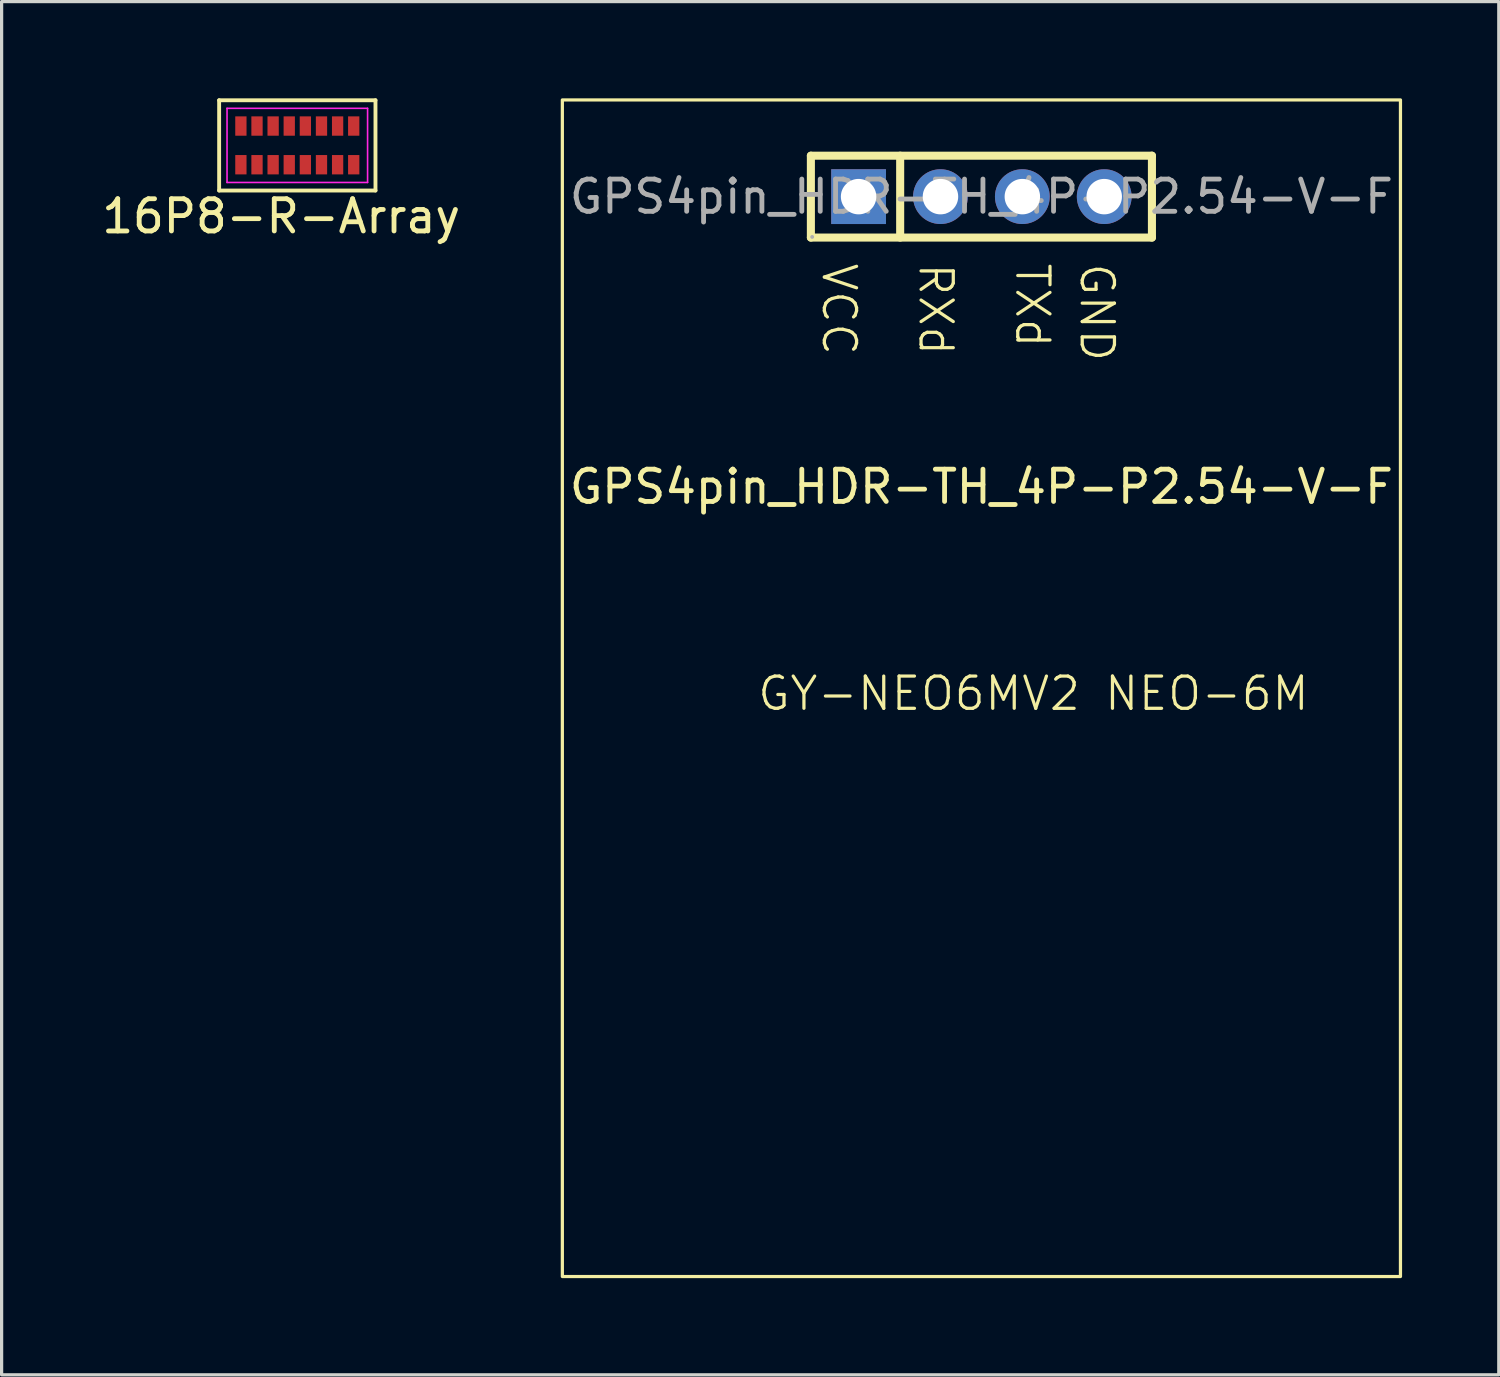
<source format=kicad_pcb>
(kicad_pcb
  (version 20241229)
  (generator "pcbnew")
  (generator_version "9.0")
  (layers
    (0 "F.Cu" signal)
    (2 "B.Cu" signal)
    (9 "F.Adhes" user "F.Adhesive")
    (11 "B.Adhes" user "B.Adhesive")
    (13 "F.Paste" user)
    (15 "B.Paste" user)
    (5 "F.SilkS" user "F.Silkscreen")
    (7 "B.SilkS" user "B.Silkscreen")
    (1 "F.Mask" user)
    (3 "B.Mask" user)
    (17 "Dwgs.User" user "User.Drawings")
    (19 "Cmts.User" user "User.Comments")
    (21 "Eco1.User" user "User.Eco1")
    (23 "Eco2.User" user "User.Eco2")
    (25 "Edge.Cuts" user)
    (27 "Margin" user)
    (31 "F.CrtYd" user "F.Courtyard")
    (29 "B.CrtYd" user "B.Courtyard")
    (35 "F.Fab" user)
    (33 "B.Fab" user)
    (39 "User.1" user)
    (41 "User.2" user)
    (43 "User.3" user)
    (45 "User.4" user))
  (footprint "16P8-R-Array"
    (layer "F.Cu")
    (at 6.173 1.46)
    (property "Reference" "16P8-R-Array" (at -0.5 2.2 0) (layer "F.SilkS") (effects (font (size 1 1) (thickness 0.15))))
    (attr smd)
    (fp_line (start -2.425 -1.4) (end 2.425 -1.4) (stroke (width 0.12) (type default)) (layer "F.SilkS"))
    (fp_line (start -2.425 1.4) (end -2.425 -1.4) (stroke (width 0.12) (type default)) (layer "F.SilkS"))
    (fp_line (start 2.425 -1.4) (end 2.425 1.4) (stroke (width 0.12) (type default)) (layer "F.SilkS"))
    (fp_line (start 2.425 1.4) (end -2.425 1.4) (stroke (width 0.12) (type default)) (layer "F.SilkS"))
    (fp_line (start -2.18 -1.15) (end 2.18 -1.15) (stroke (width 0.05) (type default)) (layer "F.CrtYd"))
    (fp_line (start -2.18 1.15) (end -2.18 -1.15) (stroke (width 0.05) (type default)) (layer "F.CrtYd"))
    (fp_line (start 2.18 -1.15) (end 2.18 1.15) (stroke (width 0.05) (type default)) (layer "F.CrtYd"))
    (fp_line (start 2.18 1.15) (end -2.18 1.15) (stroke (width 0.05) (type default)) (layer "F.CrtYd"))
    (pad "1" smd rect (at -1.75 0.6) (size 0.35 0.6) (layers "F.Cu" "F.Mask" "F.Paste"))
    (pad "2" smd rect (at -1.25 0.6) (size 0.35 0.6) (layers "F.Cu" "F.Mask" "F.Paste"))
    (pad "3" smd rect (at -0.75 0.6) (size 0.35 0.6) (layers "F.Cu" "F.Mask" "F.Paste"))
    (pad "4" smd rect (at -0.25 0.6) (size 0.35 0.6) (layers "F.Cu" "F.Mask" "F.Paste"))
    (pad "5" smd rect (at 0.25 0.6) (size 0.35 0.6) (layers "F.Cu" "F.Mask" "F.Paste"))
    (pad "6" smd rect (at 0.75 0.6) (size 0.35 0.6) (layers "F.Cu" "F.Mask" "F.Paste"))
    (pad "7" smd rect (at 1.25 0.6) (size 0.35 0.6) (layers "F.Cu" "F.Mask" "F.Paste"))
    (pad "8" smd rect (at 1.75 0.6) (size 0.35 0.6) (layers "F.Cu" "F.Mask" "F.Paste"))
    (pad "9" smd rect (at 1.75 -0.6) (size 0.35 0.6) (layers "F.Cu" "F.Mask" "F.Paste"))
    (pad "10" smd rect (at 1.25 -0.6) (size 0.35 0.6) (layers "F.Cu" "F.Mask" "F.Paste"))
    (pad "11" smd rect (at 0.75 -0.6) (size 0.35 0.6) (layers "F.Cu" "F.Mask" "F.Paste"))
    (pad "12" smd rect (at 0.25 -0.6) (size 0.35 0.6) (layers "F.Cu" "F.Mask" "F.Paste"))
    (pad "13" smd rect (at -0.25 -0.6) (size 0.35 0.6) (layers "F.Cu" "F.Mask" "F.Paste"))
    (pad "14" smd rect (at -0.75 -0.6) (size 0.35 0.6) (layers "F.Cu" "F.Mask" "F.Paste"))
    (pad "15" smd rect (at -1.25 -0.6) (size 0.35 0.6) (layers "F.Cu" "F.Mask" "F.Paste"))
    (pad "16" smd rect (at -1.75 -0.6) (size 0.35 0.6) (layers "F.Cu" "F.Mask" "F.Paste")))
  (footprint "GPS4pin_HDR-TH_4P-P2.54-V-F"
    (layer "F.Cu")
    (at 27.395 3.05)
    (property "Reference" "GPS4pin_HDR-TH_4P-P2.54-V-F" (at 0 9 0) (layer "F.SilkS") (effects (font (size 1 1) (thickness 0.15))))
    (attr through_hole)
    (fp_line (start -5.29 -1.27) (end -5.29 1.27) (stroke (width 0.25) (type solid)) (layer "F.SilkS"))
    (fp_line (start -5.29 -1.27) (end 5.29 -1.27) (stroke (width 0.25) (type solid)) (layer "F.SilkS"))
    (fp_line (start -5.29 1.27) (end 5.29 1.27) (stroke (width 0.25) (type solid)) (layer "F.SilkS"))
    (fp_line (start -2.52 -1.27) (end -2.52 1.27) (stroke (width 0.25) (type solid)) (layer "F.SilkS"))
    (fp_line (start 5.29 -1.27) (end 5.29 1.27) (stroke (width 0.25) (type solid)) (layer "F.SilkS"))
    (fp_rect (start -13 -3) (end 13 33.5) (stroke (width 0.1) (type solid)) (fill no) (layer "F.SilkS"))
    (fp_circle (center -5.25 1.25) (end -5.22 1.25) (stroke (width 0.06) (type solid)) (fill no) (layer "F.Fab"))
    (fp_text user "GY-NEO6MV2 NEO-6M " (at -7 16 0) (unlocked yes) (layer "F.SilkS") (effects (font (size 1 1) (thickness 0.1)) (justify left bottom)))
    (fp_text user "VCC" (at -5 2 270) (unlocked yes) (layer "F.SilkS") (effects (font (size 1 1) (thickness 0.1)) (justify left bottom)))
    (fp_text user "RXd" (at -2 2 270) (unlocked yes) (layer "F.SilkS") (effects (font (size 1 1) (thickness 0.1)) (justify left bottom)))
    (fp_text user "TXd" (at 1 2 270) (unlocked yes) (layer "F.SilkS") (effects (font (size 1 1) (thickness 0.1)) (justify left bottom)))
    (fp_text user "GND" (at 3 2 270) (unlocked yes) (layer "F.SilkS") (effects (font (size 1 1) (thickness 0.1)) (justify left bottom)))
    (fp_text user "${REFERENCE}" (at 0 0 0) (layer "F.Fab") (effects (font (size 1 1) (thickness 0.15))))
    (pad "1" thru_hole rect (at -3.81 0) (size 1.7 1.7) (drill 1.1) (layers "*.Cu" "*.Mask"))
    (pad "2" thru_hole circle (at -1.27 0) (size 1.7 1.7) (drill 1.1) (layers "*.Cu" "*.Mask"))
    (pad "3" thru_hole circle (at 1.27 0) (size 1.7 1.7) (drill 1.1) (layers "*.Cu" "*.Mask"))
    (pad "4" thru_hole circle (at 3.81 0) (size 1.7 1.7) (drill 1.1) (layers "*.Cu" "*.Mask")))
  (gr_rect
    (start -3 -3)
    (end 43.445 39.6)
    (stroke (width 0.1) (type default))
    (fill no)
    (layer "Edge.Cuts")))
</source>
